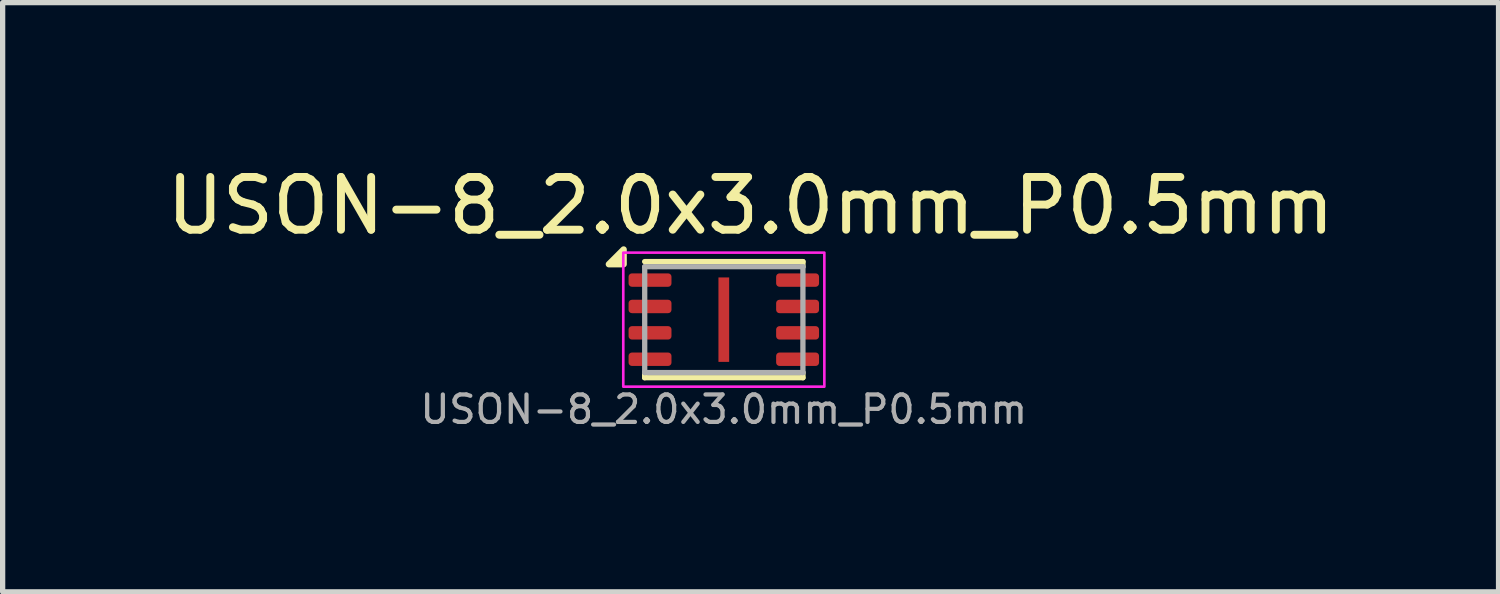
<source format=kicad_pcb>
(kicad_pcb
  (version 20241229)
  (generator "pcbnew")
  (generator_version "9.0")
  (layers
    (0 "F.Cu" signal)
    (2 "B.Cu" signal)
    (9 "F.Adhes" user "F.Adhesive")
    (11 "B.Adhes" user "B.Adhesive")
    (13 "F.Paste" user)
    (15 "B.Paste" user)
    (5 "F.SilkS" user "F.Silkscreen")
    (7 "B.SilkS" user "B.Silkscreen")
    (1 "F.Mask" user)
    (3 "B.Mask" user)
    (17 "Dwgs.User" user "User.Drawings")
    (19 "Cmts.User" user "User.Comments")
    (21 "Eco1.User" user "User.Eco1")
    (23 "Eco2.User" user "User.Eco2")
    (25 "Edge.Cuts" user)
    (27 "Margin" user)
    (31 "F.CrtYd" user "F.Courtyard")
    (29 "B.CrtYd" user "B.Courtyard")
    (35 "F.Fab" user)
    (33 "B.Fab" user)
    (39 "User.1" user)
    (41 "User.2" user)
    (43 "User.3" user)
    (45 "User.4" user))
  (footprint "USON-8_2.0x3.0mm_P0.5mm"
    (layer "F.Cu")
    (at 10.665 3.007)
    (property "Reference" "USON-8_2.0x3.0mm_P0.5mm" (at 0.508 -2.159 0) (layer "F.SilkS") (effects (font (size 1 1) (thickness 0.15))))
    (attr smd)
    (fp_line (start -1.5 1) (end -1.5 1.1) (stroke (width 0.1) (type default)) (layer "F.SilkS"))
    (fp_line (start -1.5 1.1) (end 1.5 1.1) (stroke (width 0.1) (type solid)) (layer "F.SilkS"))
    (fp_line (start 1.5 -1.1) (end -1.5 -1.1) (stroke (width 0.1) (type solid)) (layer "F.SilkS"))
    (fp_line (start 1.5 -1) (end 1.5 -1.1) (stroke (width 0.1) (type default)) (layer "F.SilkS"))
    (fp_line (start 1.5 1) (end 1.5 1.1) (stroke (width 0.1) (type default)) (layer "F.SilkS"))
    (fp_poly (pts (xy -1.898 -1.05) (xy -2.178 -1.05) (xy -1.898 -1.33) (xy -1.898 -1.05)) (stroke (width 0.12) (type solid)) (fill yes) (layer "F.SilkS"))
    (fp_poly (pts (xy -1.905 -1.27) (xy 1.905 -1.27) (xy 1.905 1.27) (xy -1.905 1.27)) (stroke (width 0.05) (type default)) (fill no) (layer "F.CrtYd"))
    (fp_line (start -1.499 -1.003) (end -1.499 1.003) (stroke (width 0.1) (type solid)) (layer "F.Fab"))
    (fp_line (start -1.499 1.003) (end 1.499 1.003) (stroke (width 0.1) (type solid)) (layer "F.Fab"))
    (fp_line (start 1.499 -1.003) (end -1.499 -1.003) (stroke (width 0.1) (type solid)) (layer "F.Fab"))
    (fp_line (start 1.499 1.003) (end 1.499 -1.003) (stroke (width 0.1) (type solid)) (layer "F.Fab"))
    (fp_text user "${REFERENCE}" (at 0 1.397 0) (unlocked yes) (layer "F.Fab") (effects (font (size 0.52 0.52) (thickness 0.08)) (justify top)))
    (pad "1" smd roundrect (at -1.398 -0.75) (size 0.813 0.254) (layers "F.Cu" "F.Mask" "F.Paste") (roundrect_rratio 0.25))
    (pad "2" smd roundrect (at -1.398 -0.25) (size 0.813 0.254) (layers "F.Cu" "F.Mask" "F.Paste") (roundrect_rratio 0.25))
    (pad "3" smd roundrect (at -1.398 0.25) (size 0.813 0.254) (layers "F.Cu" "F.Mask" "F.Paste") (roundrect_rratio 0.25))
    (pad "4" smd roundrect (at -1.398 0.75) (size 0.813 0.254) (layers "F.Cu" "F.Mask" "F.Paste") (roundrect_rratio 0.25))
    (pad "5" smd roundrect (at 1.398 0.75) (size 0.813 0.254) (layers "F.Cu" "F.Mask" "F.Paste") (roundrect_rratio 0.25))
    (pad "6" smd roundrect (at 1.398 0.25) (size 0.813 0.254) (layers "F.Cu" "F.Mask" "F.Paste") (roundrect_rratio 0.25))
    (pad "7" smd roundrect (at 1.398 -0.25) (size 0.813 0.254) (layers "F.Cu" "F.Mask" "F.Paste") (roundrect_rratio 0.25))
    (pad "8" smd roundrect (at 1.398 -0.75) (size 0.813 0.254) (layers "F.Cu" "F.Mask" "F.Paste") (roundrect_rratio 0.25))
    (pad "9" smd rect (at 0 0) (size 0.203 1.6) (layers "F.Cu" "F.Mask" "F.Paste")))
  (gr_rect
    (start -3 -3)
    (end 25.345 8.164)
    (stroke (width 0.1) (type default))
    (fill no)
    (layer "Edge.Cuts")))
</source>
